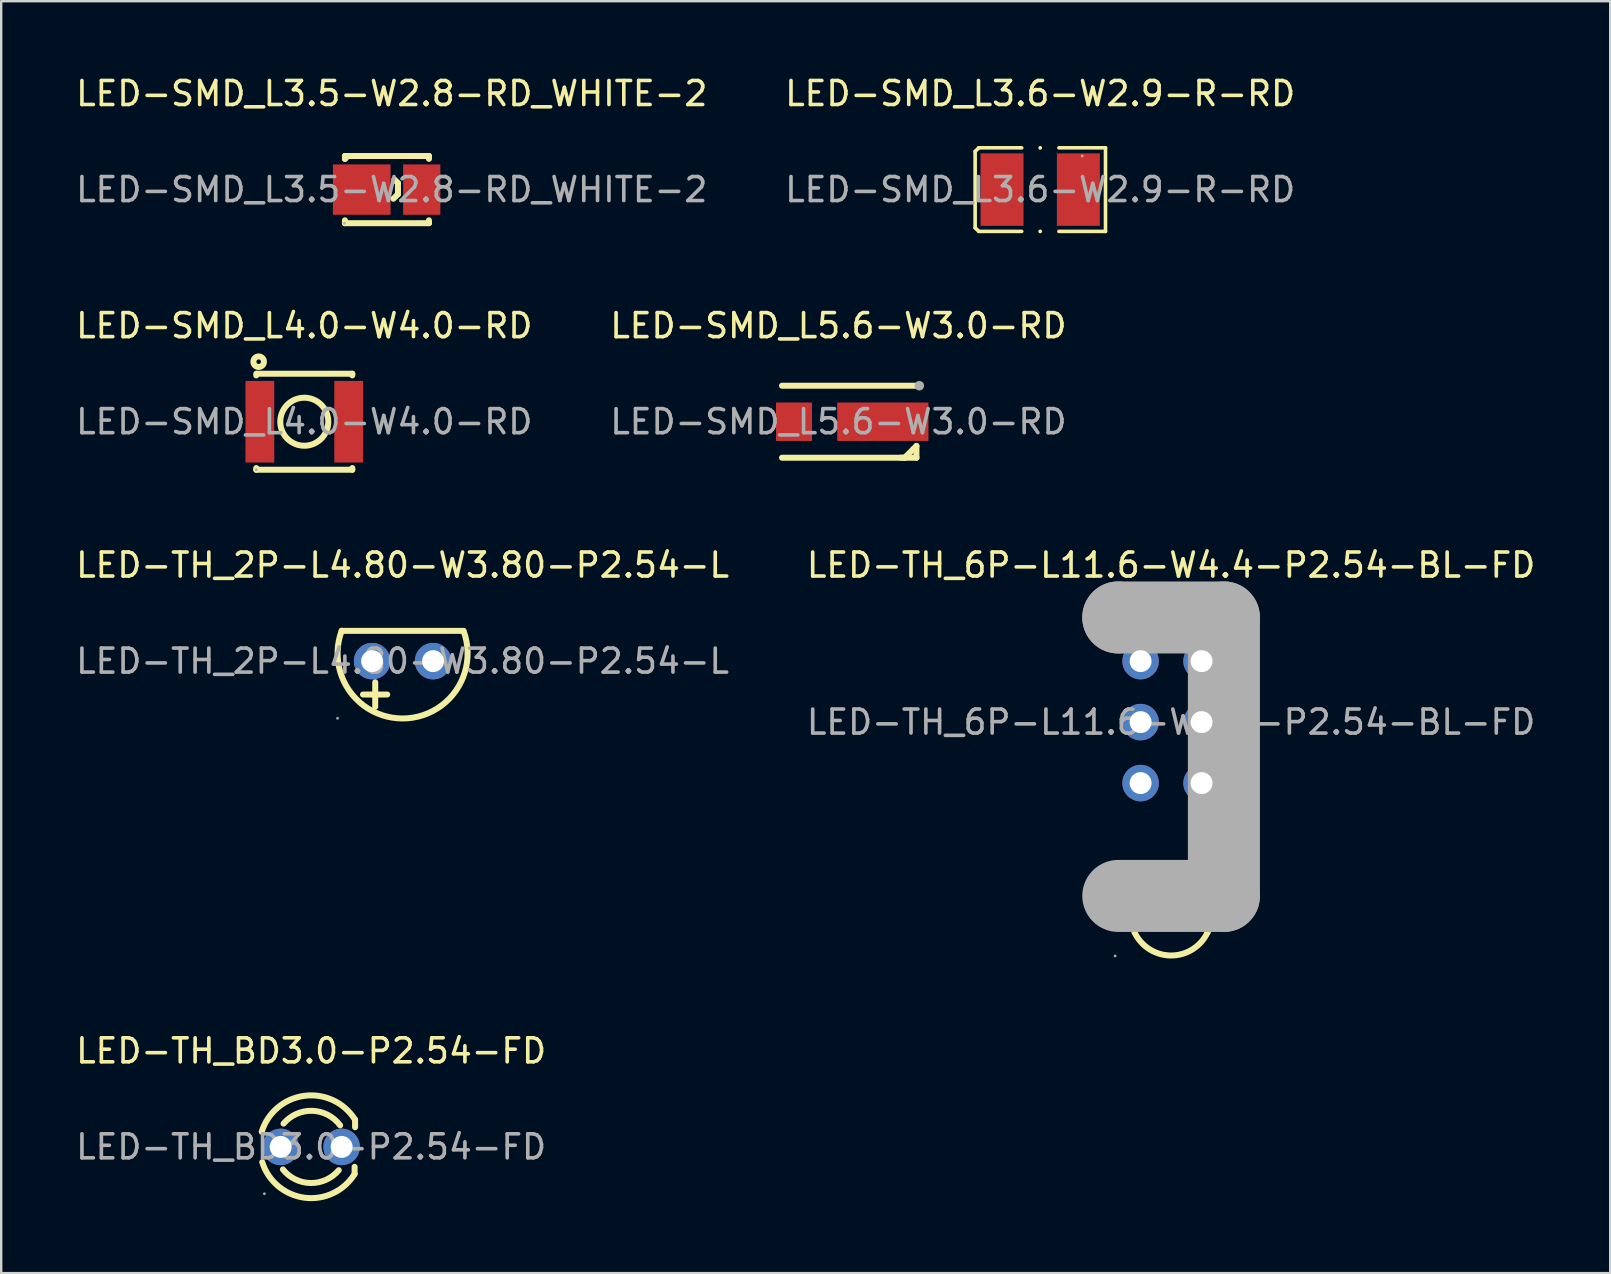
<source format=kicad_pcb>
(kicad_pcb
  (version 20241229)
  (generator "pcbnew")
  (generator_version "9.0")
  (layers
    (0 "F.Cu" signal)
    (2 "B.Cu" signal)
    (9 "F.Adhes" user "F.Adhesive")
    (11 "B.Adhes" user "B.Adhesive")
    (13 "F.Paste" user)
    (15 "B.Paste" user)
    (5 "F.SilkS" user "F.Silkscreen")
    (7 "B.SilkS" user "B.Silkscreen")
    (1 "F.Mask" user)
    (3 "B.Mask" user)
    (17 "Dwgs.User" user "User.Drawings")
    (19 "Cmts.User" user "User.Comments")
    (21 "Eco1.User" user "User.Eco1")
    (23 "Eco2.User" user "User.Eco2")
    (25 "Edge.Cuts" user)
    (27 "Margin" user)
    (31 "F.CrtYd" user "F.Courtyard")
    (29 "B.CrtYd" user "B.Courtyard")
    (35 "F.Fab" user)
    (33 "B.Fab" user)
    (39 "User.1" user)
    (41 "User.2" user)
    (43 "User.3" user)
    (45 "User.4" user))
  (footprint "LED-SMD_L3.5-W2.8-RD_WHITE-2"
    (layer "F.Cu")
    (at 13.268 4.848)
    (property "Reference" "LED-SMD_L3.5-W2.8-RD_WHITE-2" (at 0 -4 0) (layer "F.SilkS") (effects (font (size 1 1) (thickness 0.15))))
    (attr through_hole)
    (fp_line (start -1.95 -1.4) (end -1.95 -1.28) (stroke (width 0.25) (type solid)) (layer "F.SilkS"))
    (fp_line (start -1.95 -1.4) (end -1.93 -1.4) (stroke (width 0.25) (type solid)) (layer "F.SilkS"))
    (fp_line (start -1.95 1.28) (end -1.95 1.4) (stroke (width 0.25) (type solid)) (layer "F.SilkS"))
    (fp_line (start -1.93 -1.4) (end 1.55 -1.4) (stroke (width 0.25) (type solid)) (layer "F.SilkS"))
    (fp_line (start -1.83 -1.4) (end -1.95 -1.28) (stroke (width 0.25) (type solid)) (layer "F.SilkS"))
    (fp_line (start -1.72 -1.4) (end -1.83 -1.4) (stroke (width 0.25) (type solid)) (layer "F.SilkS"))
    (fp_line (start 0.07 0.38) (end 0.26 0.19) (stroke (width 0.25) (type solid)) (layer "F.SilkS"))
    (fp_line (start 0.26 -0.27) (end 0.11 -0.42) (stroke (width 0.25) (type solid)) (layer "F.SilkS"))
    (fp_line (start 0.26 -0.02) (end 0.26 -0.27) (stroke (width 0.25) (type solid)) (layer "F.SilkS"))
    (fp_line (start 0.26 0.19) (end 0.26 -0.02) (stroke (width 0.25) (type solid)) (layer "F.SilkS"))
    (fp_line (start 1.55 -1.4) (end 1.55 -1.28) (stroke (width 0.25) (type solid)) (layer "F.SilkS"))
    (fp_line (start 1.55 1.28) (end 1.55 1.4) (stroke (width 0.25) (type solid)) (layer "F.SilkS"))
    (fp_line (start 1.55 1.4) (end -1.95 1.4) (stroke (width 0.25) (type solid)) (layer "F.SilkS"))
    (fp_circle (center -1.97 1.4) (end -1.94 1.4) (stroke (width 0.06) (type solid)) (fill no) (layer "F.Fab"))
    (fp_text user "${REFERENCE}" (at 0 0 0) (layer "F.Fab") (effects (font (size 1 1) (thickness 0.15))))
    (pad "1" smd rect (at -1.25 0) (size 2.4 2.1) (layers "F.Cu" "F.Mask" "F.Paste"))
    (pad "2" smd rect (at 1.25 0) (size 1.55 2.1) (layers "F.Cu" "F.Mask" "F.Paste")))
  (footprint "LED-TH_2P-L4.80-W3.80-P2.54-L"
    (layer "F.Cu")
    (at 13.72 24.49)
    (property "Reference" "LED-TH_2P-L4.80-W3.80-P2.54-L" (at 0 -4 0) (layer "F.SilkS") (effects (font (size 1 1) (thickness 0.15))))
    (attr through_hole)
    (fp_line (start -1.14 1.9) (end -1.14 0.88) (stroke (width 0.25) (type solid)) (layer "F.SilkS"))
    (fp_line (start -0.64 1.39) (end -1.65 1.39) (stroke (width 0.25) (type solid)) (layer "F.SilkS"))
    (fp_line (start 2.53 -1.26) (end -2.54 -1.26) (stroke (width 0.25) (type solid)) (layer "F.SilkS"))
    (fp_arc (start 2.54 -1.26) (mid -0.004328 2.388354) (end -2.536983 -1.268113) (stroke (width 0.25) (type solid)) (layer "F.SilkS"))
    (fp_circle (center -2.71 2.38) (end -2.68 2.38) (stroke (width 0.06) (type solid)) (fill no) (layer "F.Fab"))
    (fp_circle (center -1.27 0) (end -1.09 0) (stroke (width 0.36) (type solid)) (fill no) (layer "F.Fab"))
    (fp_circle (center 1.27 0) (end 1.45 0) (stroke (width 0.36) (type solid)) (fill no) (layer "F.Fab"))
    (fp_text user "${REFERENCE}" (at 0 0 0) (layer "F.Fab") (effects (font (size 1 1) (thickness 0.15))))
    (pad "1" thru_hole circle (at -1.27 0 180) (size 1.52 1.52) (drill 0.914) (layers "*.Cu" "*.Paste" "*.Mask"))
    (pad "2" thru_hole circle (at 1.27 0 180) (size 1.52 1.52) (drill 0.914) (layers "*.Cu" "*.Paste" "*.Mask")))
  (footprint "LED-SMD_L3.6-W2.9-R-RD"
    (layer "F.Cu")
    (at 40.28 4.848)
    (property "Reference" "LED-SMD_L3.6-W2.9-R-RD" (at 0 -4 0) (layer "F.SilkS") (effects (font (size 1 1) (thickness 0.15))))
    (attr through_hole)
    (fp_line (start -2.71 -1.59) (end -2.56 -1.74) (stroke (width 0.15) (type solid)) (layer "F.SilkS"))
    (fp_line (start -2.71 1.59) (end -2.71 -1.59) (stroke (width 0.15) (type solid)) (layer "F.SilkS"))
    (fp_line (start -2.56 -1.74) (end -0.77 -1.74) (stroke (width 0.15) (type solid)) (layer "F.SilkS"))
    (fp_line (start -2.56 1.74) (end -2.71 1.59) (stroke (width 0.15) (type solid)) (layer "F.SilkS"))
    (fp_line (start -0.77 1.74) (end -2.56 1.74) (stroke (width 0.15) (type solid)) (layer "F.SilkS"))
    (fp_line (start 0.78 1.74) (end 2.72 1.74) (stroke (width 0.15) (type solid)) (layer "F.SilkS"))
    (fp_line (start 2.72 -1.74) (end 0.78 -1.74) (stroke (width 0.15) (type solid)) (layer "F.SilkS"))
    (fp_line (start 2.72 1.74) (end 2.72 -1.74) (stroke (width 0.15) (type solid)) (layer "F.SilkS"))
    (fp_circle (center 0 -1.74) (end 0.04 -1.74) (stroke (width 0.08) (type solid)) (fill no) (layer "F.SilkS"))
    (fp_circle (center 0 1.74) (end 0.04 1.74) (stroke (width 0.08) (type solid)) (fill no) (layer "F.SilkS"))
    (fp_circle (center 1.75 -1.4) (end 1.78 -1.4) (stroke (width 0.06) (type solid)) (fill no) (layer "F.Fab"))
    (fp_text user "${REFERENCE}" (at 0 0 0) (layer "F.Fab") (effects (font (size 1 1) (thickness 0.15))))
    (pad "1" smd rect (at 1.59 0 180) (size 1.79 3.02) (layers "F.Cu" "F.Mask" "F.Paste"))
    (pad "2" smd rect (at -1.59 0 180) (size 1.79 3.02) (layers "F.Cu" "F.Mask" "F.Paste")))
  (footprint "LED-TH_BD3.0-P2.54-FD"
    (layer "F.Cu")
    (at 9.911 44.725)
    (property "Reference" "LED-TH_BD3.0-P2.54-FD" (at 0 -4 0) (layer "F.SilkS") (effects (font (size 1 1) (thickness 0.15))))
    (attr through_hole)
    (fp_line (start 1.81 0.83) (end 1.81 1.13) (stroke (width 0.25) (type solid)) (layer "F.SilkS"))
    (fp_line (start 1.83 -1.14) (end 1.83 -0.82) (stroke (width 0.25) (type solid)) (layer "F.SilkS"))
    (fp_arc (start -2.06 -0.63) (mid -0.281041 -2.128742) (end 1.824724 -1.140471) (stroke (width 0.25) (type solid)) (layer "F.SilkS"))
    (fp_arc (start -1.15 -0.97) (mid 0.045863 -1.503761) (end 1.206975 -0.898115) (stroke (width 0.25) (type solid)) (layer "F.SilkS"))
    (fp_arc (start 1.15 0.97) (mid -0.021187 1.504311) (end -1.176862 0.937228) (stroke (width 0.25) (type solid)) (layer "F.SilkS"))
    (fp_arc (start 1.81 1.13) (mid -0.27286 2.116258) (end -2.037433 0.63393) (stroke (width 0.25) (type solid)) (layer "F.SilkS"))
    (fp_circle (center -1.95 1.95) (end -1.92 1.95) (stroke (width 0.06) (type solid)) (fill no) (layer "F.Fab"))
    (fp_text user "${REFERENCE}" (at 0 0 0) (layer "F.Fab") (effects (font (size 1 1) (thickness 0.15))))
    (pad "1" thru_hole circle (at -1.27 0) (size 1.52 1.52) (drill 0.914) (layers "*.Cu" "*.Paste" "*.Mask"))
    (pad "2" thru_hole circle (at 1.27 0) (size 1.52 1.52) (drill 0.914) (layers "*.Cu" "*.Paste" "*.Mask")))
  (footprint "LED-SMD_L5.6-W3.0-RD"
    (layer "F.Cu")
    (at 31.875 14.517)
    (property "Reference" "LED-SMD_L5.6-W3.0-RD" (at 0 -4 0) (layer "F.SilkS") (effects (font (size 1 1) (thickness 0.15))))
    (attr through_hole)
    (fp_line (start -2.35 -1.5) (end 3.25 -1.5) (stroke (width 0.25) (type solid)) (layer "F.SilkS"))
    (fp_line (start -2.35 1.5) (end 3.25 1.5) (stroke (width 0.25) (type solid)) (layer "F.SilkS"))
    (fp_line (start 2.59 1.5) (end 2.76 1.5) (stroke (width 0.25) (type solid)) (layer "F.SilkS"))
    (fp_line (start 2.76 1.5) (end 3.12 1.14) (stroke (width 0.25) (type solid)) (layer "F.SilkS"))
    (fp_line (start 3.12 1.14) (end 3.25 1.01) (stroke (width 0.25) (type solid)) (layer "F.SilkS"))
    (fp_line (start 3.25 1.01) (end 3.25 1.5) (stroke (width 0.25) (type solid)) (layer "F.SilkS"))
    (fp_circle (center 3.37 -1.5) (end 3.47 -1.5) (stroke (width 0.2) (type solid)) (fill no) (layer "F.Fab"))
    (fp_text user "${REFERENCE}" (at 0 0 0) (layer "F.Fab") (effects (font (size 1 1) (thickness 0.15))))
    (pad "1" smd rect (at 1.85 0 90) (size 1.6 3.8) (layers "F.Cu" "F.Mask" "F.Paste"))
    (pad "2" smd rect (at -1.85 0 90) (size 1.6 1.5) (layers "F.Cu" "F.Mask" "F.Paste")))
  (footprint "LED-TH_6P-L11.6-W4.4-P2.54-BL-FD"
    (layer "F.Cu")
    (at 45.732 27.03)
    (property "Reference" "LED-TH_6P-L11.6-W4.4-P2.54-BL-FD" (at 0 -6.54 0) (layer "F.SilkS") (effects (font (size 1 1) (thickness 0.15))))
    (attr through_hole)
    (fp_line (start -1.52 8.76) (end -1.52 7.24) (stroke (width 0.25) (type solid)) (layer "F.SilkS"))
    (fp_line (start 1.52 8.76) (end 1.52 7.24) (stroke (width 0.25) (type solid)) (layer "F.SilkS"))
    (fp_arc (start 1.523405 8.752767) (mid 0.003997 9.721899) (end -1.52 8.76) (stroke (width 0.25) (type solid)) (layer "F.SilkS"))
    (fp_line (start -2.2 -4.36) (end -2.2 -4.36) (stroke (width 3) (type solid)) (layer "F.Fab"))
    (fp_line (start -2.2 -4.36) (end 2.2 -4.36) (stroke (width 3) (type solid)) (layer "F.Fab"))
    (fp_line (start 2.2 -4.36) (end 2.2 7.24) (stroke (width 3) (type solid)) (layer "F.Fab"))
    (fp_line (start 2.2 7.24) (end -2.2 7.24) (stroke (width 3) (type solid)) (layer "F.Fab"))
    (fp_circle (center -2.33 9.74) (end -2.3 9.74) (stroke (width 0.06) (type solid)) (fill no) (layer "F.Fab"))
    (fp_circle (center -1.27 -2.54) (end -1.09 -2.54) (stroke (width 0.36) (type solid)) (fill no) (layer "F.Fab"))
    (fp_circle (center -1.27 0) (end -1.09 0) (stroke (width 0.36) (type solid)) (fill no) (layer "F.Fab"))
    (fp_circle (center -1.27 2.54) (end -1.09 2.54) (stroke (width 0.36) (type solid)) (fill no) (layer "F.Fab"))
    (fp_circle (center 1.27 -2.54) (end 1.45 -2.54) (stroke (width 0.36) (type solid)) (fill no) (layer "F.Fab"))
    (fp_circle (center 1.27 0) (end 1.45 0) (stroke (width 0.36) (type solid)) (fill no) (layer "F.Fab"))
    (fp_circle (center 1.27 2.54) (end 1.45 2.54) (stroke (width 0.36) (type solid)) (fill no) (layer "F.Fab"))
    (fp_text user "${REFERENCE}" (at 0 0 0) (layer "F.Fab") (effects (font (size 1 1) (thickness 0.15))))
    (pad "1" thru_hole circle (at -1.27 2.54) (size 1.52 1.52) (drill 0.914) (layers "*.Cu" "*.Paste" "*.Mask"))
    (pad "2" thru_hole circle (at 1.27 2.54) (size 1.52 1.52) (drill 0.914) (layers "*.Cu" "*.Paste" "*.Mask"))
    (pad "3" thru_hole circle (at -1.27 0) (size 1.52 1.52) (drill 0.914) (layers "*.Cu" "*.Paste" "*.Mask"))
    (pad "4" thru_hole circle (at 1.27 0) (size 1.52 1.52) (drill 0.914) (layers "*.Cu" "*.Paste" "*.Mask"))
    (pad "5" thru_hole circle (at -1.27 -2.54) (size 1.52 1.52) (drill 0.914) (layers "*.Cu" "*.Paste" "*.Mask"))
    (pad "6" thru_hole circle (at 1.27 -2.54) (size 1.52 1.52) (drill 0.914) (layers "*.Cu" "*.Paste" "*.Mask")))
  (footprint "LED-SMD_L4.0-W4.0-RD"
    (layer "F.Cu")
    (at 9.625 14.517)
    (property "Reference" "LED-SMD_L4.0-W4.0-RD" (at 0 -4 0) (layer "F.SilkS") (effects (font (size 1 1) (thickness 0.15))))
    (attr through_hole)
    (fp_line (start -2 -2) (end -2 -1.93) (stroke (width 0.25) (type solid)) (layer "F.SilkS"))
    (fp_line (start -2 1.93) (end -2 2) (stroke (width 0.25) (type solid)) (layer "F.SilkS"))
    (fp_line (start 2 -2) (end -1.96 -2) (stroke (width 0.25) (type solid)) (layer "F.SilkS"))
    (fp_line (start 2 -2) (end 2 -1.93) (stroke (width 0.25) (type solid)) (layer "F.SilkS"))
    (fp_line (start 2 1.93) (end 2 2) (stroke (width 0.25) (type solid)) (layer "F.SilkS"))
    (fp_line (start 2 2) (end -2 2) (stroke (width 0.25) (type solid)) (layer "F.SilkS"))
    (fp_circle (center -1.9 -2.5) (end -1.68 -2.5) (stroke (width 0.25) (type solid)) (fill no) (layer "F.SilkS"))
    (fp_circle (center 0 0) (end 1 0) (stroke (width 0.25) (type solid)) (fill no) (layer "F.SilkS"))
    (fp_circle (center -2 2) (end -1.97 2) (stroke (width 0.06) (type solid)) (fill no) (layer "F.Fab"))
    (fp_text user "${REFERENCE}" (at 0 0 0) (layer "F.Fab") (effects (font (size 1 1) (thickness 0.15))))
    (pad "1" smd rect (at -1.85 0 90) (size 3.4 1.2) (layers "F.Cu" "F.Mask" "F.Paste"))
    (pad "2" smd rect (at 1.85 0 90) (size 3.4 1.2) (layers "F.Cu" "F.Mask" "F.Paste")))
  (gr_rect
    (start -3 -3)
    (end 64.024 49.984)
    (stroke (width 0.1) (type default))
    (fill no)
    (layer "Edge.Cuts")))
</source>
